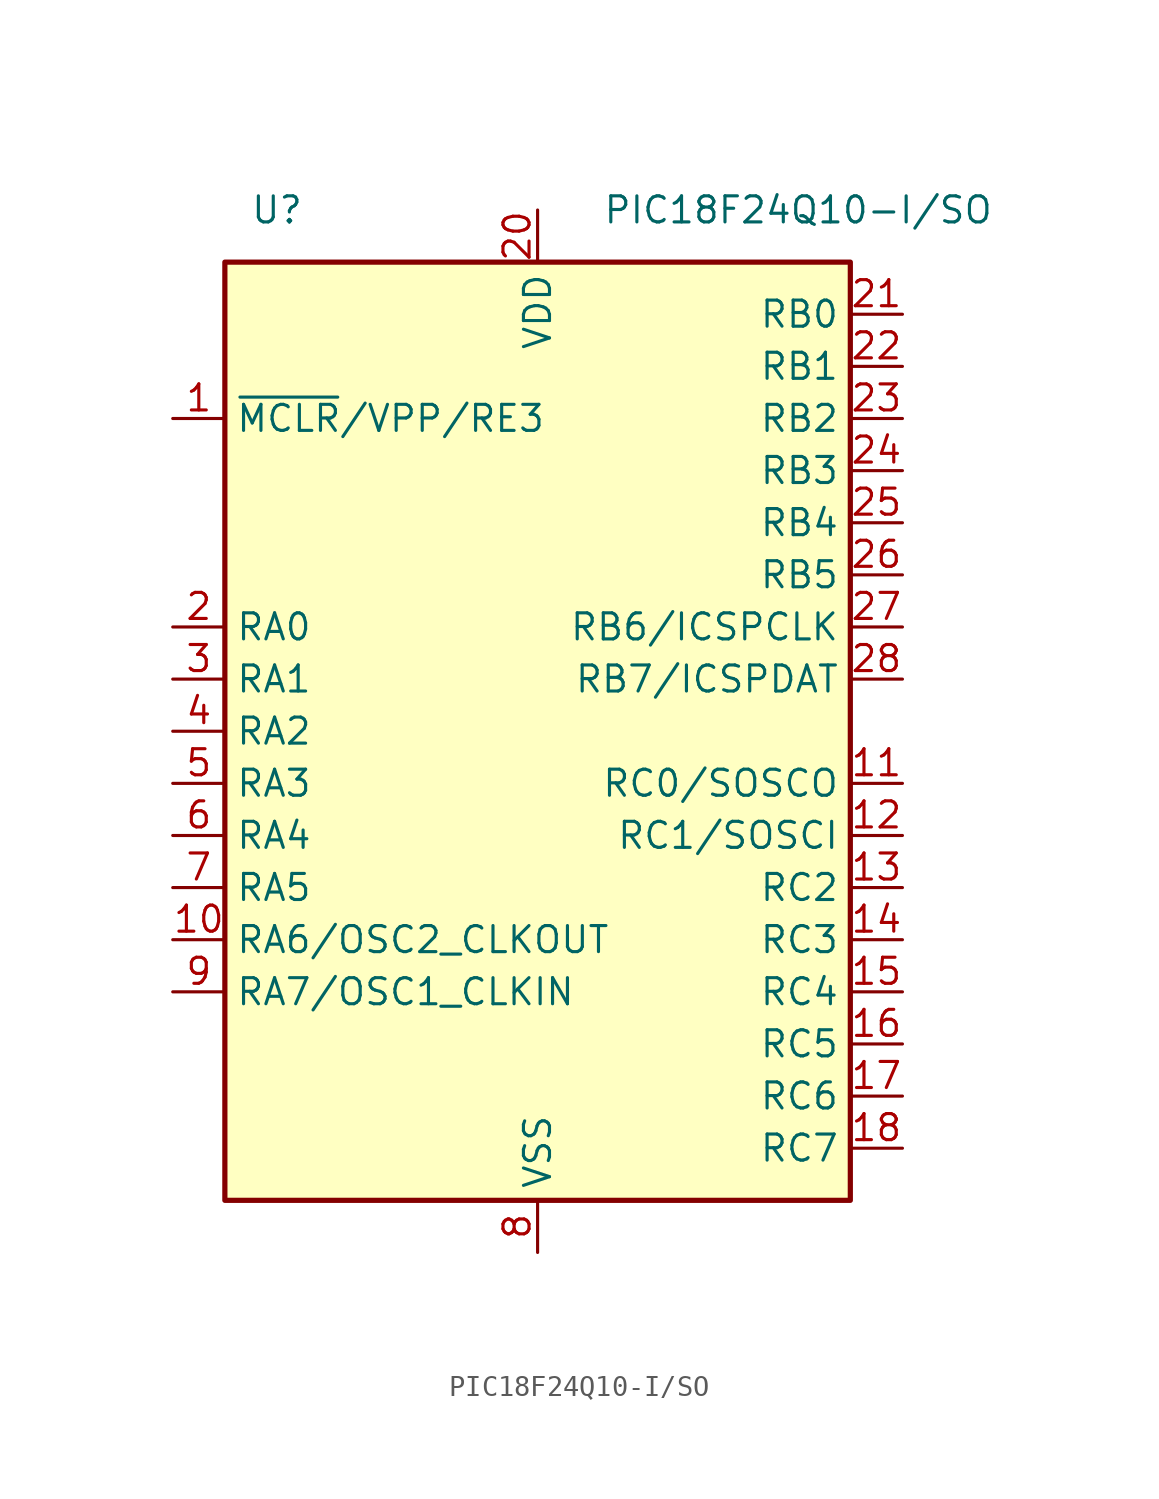
<source format=kicad_sym>
(kicad_symbol_lib
  (version 20231120)
  (generator "CDFER_Archive_Tool")
  (generator_version "0.0")
  (symbol "PIC18F24Q10-I/SO"
    (property "Reference" "U"
      (at -12.7 25.4 0)
      (effects (font (size 1.27 1.27))))
    (property "Value" "PIC18F24Q10-I/SO"
      (at 12.7 25.4 0)
      (effects (font (size 1.27 1.27))))
    (symbol "PIC18F24Q10-I/SO_1_1"
      (rectangle (start -15.24 22.86) (end 15.24 -22.86) (stroke (width 0.254) (type default)) (fill (type background)))
      (pin input line (at -17.78 15.24 0) (length 2.54) (name "~{MCLR}/VPP/RE3" (effects (font (size 1.27 1.27)))) (number "1" (effects (font (size 1.27 1.27)))))
      (pin bidirectional line (at -17.78 -10.16 0) (length 2.54) (name "RA6/OSC2_CLKOUT" (effects (font (size 1.27 1.27)))) (number "10" (effects (font (size 1.27 1.27)))))
      (pin bidirectional line (at 17.78 -2.54 180) (length 2.54) (name "RC0/SOSCO" (effects (font (size 1.27 1.27)))) (number "11" (effects (font (size 1.27 1.27)))))
      (pin bidirectional line (at 17.78 -5.08 180) (length 2.54) (name "RC1/SOSCI" (effects (font (size 1.27 1.27)))) (number "12" (effects (font (size 1.27 1.27)))))
      (pin bidirectional line (at 17.78 -7.62 180) (length 2.54) (name "RC2" (effects (font (size 1.27 1.27)))) (number "13" (effects (font (size 1.27 1.27)))))
      (pin bidirectional line (at 17.78 -10.16 180) (length 2.54) (name "RC3" (effects (font (size 1.27 1.27)))) (number "14" (effects (font (size 1.27 1.27)))))
      (pin bidirectional line (at 17.78 -12.7 180) (length 2.54) (name "RC4" (effects (font (size 1.27 1.27)))) (number "15" (effects (font (size 1.27 1.27)))))
      (pin bidirectional line (at 17.78 -15.24 180) (length 2.54) (name "RC5" (effects (font (size 1.27 1.27)))) (number "16" (effects (font (size 1.27 1.27)))))
      (pin bidirectional line (at 17.78 -17.78 180) (length 2.54) (name "RC6" (effects (font (size 1.27 1.27)))) (number "17" (effects (font (size 1.27 1.27)))))
      (pin bidirectional line (at 17.78 -20.32 180) (length 2.54) (name "RC7" (effects (font (size 1.27 1.27)))) (number "18" (effects (font (size 1.27 1.27)))))
      (pin passive line (at 0 -25.4 90) (length 2.54) hide (name "VSS" (effects (font (size 1.27 1.27)))) (number "19" (effects (font (size 1.27 1.27)))))
      (pin bidirectional line (at -17.78 5.08 0) (length 2.54) (name "RA0" (effects (font (size 1.27 1.27)))) (number "2" (effects (font (size 1.27 1.27)))))
      (pin power_in line (at 0 25.4 270) (length 2.54) (name "VDD" (effects (font (size 1.27 1.27)))) (number "20" (effects (font (size 1.27 1.27)))))
      (pin bidirectional line (at 17.78 20.32 180) (length 2.54) (name "RB0" (effects (font (size 1.27 1.27)))) (number "21" (effects (font (size 1.27 1.27)))))
      (pin bidirectional line (at 17.78 17.78 180) (length 2.54) (name "RB1" (effects (font (size 1.27 1.27)))) (number "22" (effects (font (size 1.27 1.27)))))
      (pin bidirectional line (at 17.78 15.24 180) (length 2.54) (name "RB2" (effects (font (size 1.27 1.27)))) (number "23" (effects (font (size 1.27 1.27)))))
      (pin bidirectional line (at 17.78 12.7 180) (length 2.54) (name "RB3" (effects (font (size 1.27 1.27)))) (number "24" (effects (font (size 1.27 1.27)))))
      (pin bidirectional line (at 17.78 10.16 180) (length 2.54) (name "RB4" (effects (font (size 1.27 1.27)))) (number "25" (effects (font (size 1.27 1.27)))))
      (pin bidirectional line (at 17.78 7.62 180) (length 2.54) (name "RB5" (effects (font (size 1.27 1.27)))) (number "26" (effects (font (size 1.27 1.27)))))
      (pin bidirectional line (at 17.78 5.08 180) (length 2.54) (name "RB6/ICSPCLK" (effects (font (size 1.27 1.27)))) (number "27" (effects (font (size 1.27 1.27)))))
      (pin bidirectional line (at 17.78 2.54 180) (length 2.54) (name "RB7/ICSPDAT" (effects (font (size 1.27 1.27)))) (number "28" (effects (font (size 1.27 1.27)))))
      (pin bidirectional line (at -17.78 2.54 0) (length 2.54) (name "RA1" (effects (font (size 1.27 1.27)))) (number "3" (effects (font (size 1.27 1.27)))))
      (pin bidirectional line (at -17.78 0 0) (length 2.54) (name "RA2" (effects (font (size 1.27 1.27)))) (number "4" (effects (font (size 1.27 1.27)))))
      (pin bidirectional line (at -17.78 -2.54 0) (length 2.54) (name "RA3" (effects (font (size 1.27 1.27)))) (number "5" (effects (font (size 1.27 1.27)))))
      (pin bidirectional line (at -17.78 -5.08 0) (length 2.54) (name "RA4" (effects (font (size 1.27 1.27)))) (number "6" (effects (font (size 1.27 1.27)))))
      (pin bidirectional line (at -17.78 -7.62 0) (length 2.54) (name "RA5" (effects (font (size 1.27 1.27)))) (number "7" (effects (font (size 1.27 1.27)))))
      (pin power_in line (at 0 -25.4 90) (length 2.54) (name "VSS" (effects (font (size 1.27 1.27)))) (number "8" (effects (font (size 1.27 1.27)))))
      (pin bidirectional line (at -17.78 -12.7 0) (length 2.54) (name "RA7/OSC1_CLKIN" (effects (font (size 1.27 1.27)))) (number "9" (effects (font (size 1.27 1.27))))))))
</source>
